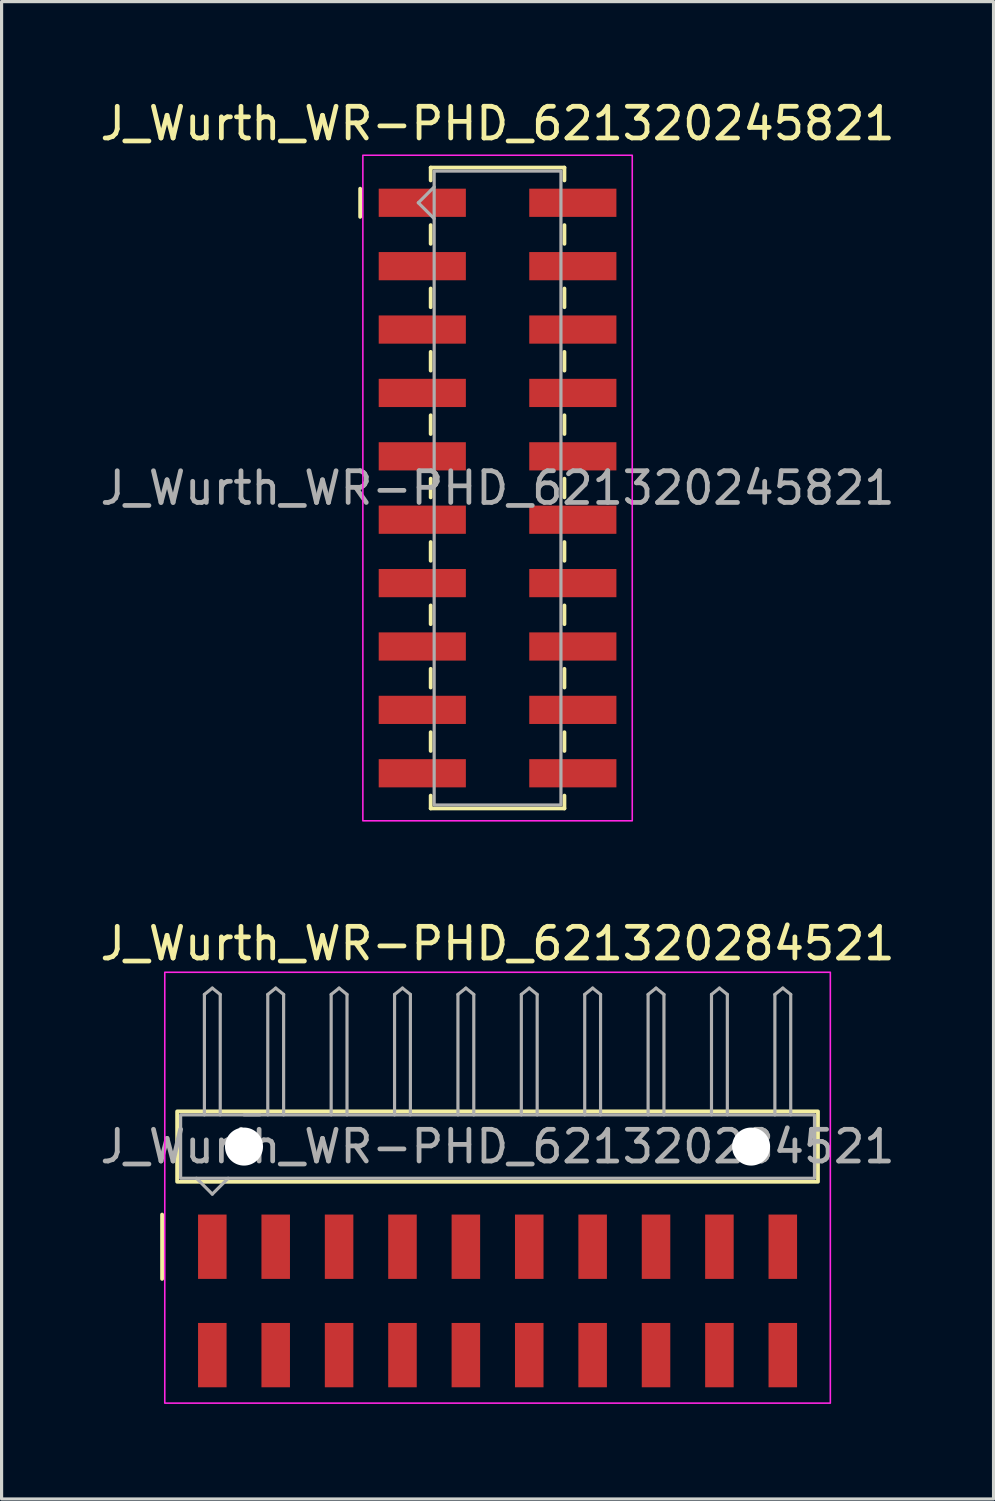
<source format=kicad_pcb>
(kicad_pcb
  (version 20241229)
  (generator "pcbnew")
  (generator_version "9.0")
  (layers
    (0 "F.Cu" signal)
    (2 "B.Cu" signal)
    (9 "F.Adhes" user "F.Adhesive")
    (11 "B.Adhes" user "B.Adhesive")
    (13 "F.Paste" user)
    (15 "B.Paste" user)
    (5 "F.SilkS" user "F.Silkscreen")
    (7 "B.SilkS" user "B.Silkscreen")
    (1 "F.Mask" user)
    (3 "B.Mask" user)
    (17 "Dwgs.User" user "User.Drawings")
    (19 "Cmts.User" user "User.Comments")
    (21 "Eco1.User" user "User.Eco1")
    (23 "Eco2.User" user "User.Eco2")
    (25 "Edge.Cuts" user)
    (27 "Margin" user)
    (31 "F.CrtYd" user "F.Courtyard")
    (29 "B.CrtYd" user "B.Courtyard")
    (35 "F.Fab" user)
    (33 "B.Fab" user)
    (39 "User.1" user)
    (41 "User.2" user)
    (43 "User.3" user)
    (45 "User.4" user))
  (footprint "J_Wurth_WR-PHD_621320284521"
    (layer "F.Cu")
    (at 12.649 33.127)
    (property "Reference" "J_Wurth_WR-PHD_621320284521" (at 0 -6.405 0) (unlocked yes) (layer "F.SilkS") (effects (font (size 1 1) (thickness 0.15))))
    (attr smd)
    (fp_line (start -10.585 4.175) (end -10.585 2.145) (stroke (width 0.12) (type solid)) (layer "F.SilkS"))
    (fp_rect (start -10.11 -1.11) (end 10.11 1.11) (stroke (width 0.12) (type solid)) (fill no) (layer "F.SilkS"))
    (fp_rect (start -10.5 -5.5) (end 10.5 8.095) (stroke (width 0.05) (type solid)) (fill no) (layer "F.CrtYd"))
    (fp_line (start -9.25 -4.8) (end -9.25 -1) (stroke (width 0.1) (type solid)) (layer "F.Fab"))
    (fp_line (start -9 -5) (end -9.25 -4.8) (stroke (width 0.1) (type default)) (layer "F.Fab"))
    (fp_line (start -9 1.5) (end -9.5 1) (stroke (width 0.1) (type default)) (layer "F.Fab"))
    (fp_line (start -9 1.5) (end -8.5 1) (stroke (width 0.1) (type default)) (layer "F.Fab"))
    (fp_line (start -8.75 -4.8) (end -9 -5) (stroke (width 0.1) (type default)) (layer "F.Fab"))
    (fp_line (start -8.75 -1) (end -8.75 -4.8) (stroke (width 0.1) (type solid)) (layer "F.Fab"))
    (fp_line (start -8 -1) (end -7.5 -1) (stroke (width 0.1) (type default)) (layer "F.Fab"))
    (fp_line (start -7.25 -4.8) (end -7 -5) (stroke (width 0.1) (type default)) (layer "F.Fab"))
    (fp_line (start -7.25 -1) (end -7.25 -4.8) (stroke (width 0.1) (type solid)) (layer "F.Fab"))
    (fp_line (start -7 -5) (end -6.75 -4.8) (stroke (width 0.1) (type default)) (layer "F.Fab"))
    (fp_line (start -6.75 -4.8) (end -6.75 -1) (stroke (width 0.1) (type solid)) (layer "F.Fab"))
    (fp_line (start -5.25 -4.8) (end -5 -5) (stroke (width 0.1) (type default)) (layer "F.Fab"))
    (fp_line (start -5.25 -1) (end -5.25 -4.8) (stroke (width 0.1) (type solid)) (layer "F.Fab"))
    (fp_line (start -5 -5) (end -4.75 -4.8) (stroke (width 0.1) (type default)) (layer "F.Fab"))
    (fp_line (start -4.75 -4.8) (end -4.75 -1) (stroke (width 0.1) (type solid)) (layer "F.Fab"))
    (fp_line (start -3.25 -4.8) (end -3 -5) (stroke (width 0.1) (type default)) (layer "F.Fab"))
    (fp_line (start -3.25 -1) (end -3.25 -4.8) (stroke (width 0.1) (type solid)) (layer "F.Fab"))
    (fp_line (start -3 -5) (end -2.75 -4.8) (stroke (width 0.1) (type default)) (layer "F.Fab"))
    (fp_line (start -2.75 -4.8) (end -2.75 -1) (stroke (width 0.1) (type solid)) (layer "F.Fab"))
    (fp_line (start -1.25 -4.8) (end -1 -5) (stroke (width 0.1) (type default)) (layer "F.Fab"))
    (fp_line (start -1.25 -1) (end -1.25 -4.8) (stroke (width 0.1) (type solid)) (layer "F.Fab"))
    (fp_line (start -1 -5) (end -0.75 -4.8) (stroke (width 0.1) (type default)) (layer "F.Fab"))
    (fp_line (start -0.75 -4.8) (end -0.75 -1) (stroke (width 0.1) (type solid)) (layer "F.Fab"))
    (fp_line (start 0.75 -4.8) (end 1 -5) (stroke (width 0.1) (type default)) (layer "F.Fab"))
    (fp_line (start 0.75 -1) (end 0.75 -4.8) (stroke (width 0.1) (type solid)) (layer "F.Fab"))
    (fp_line (start 1 -5) (end 1.25 -4.8) (stroke (width 0.1) (type default)) (layer "F.Fab"))
    (fp_line (start 1.25 -4.8) (end 1.25 -1) (stroke (width 0.1) (type solid)) (layer "F.Fab"))
    (fp_line (start 2.75 -4.8) (end 3 -5) (stroke (width 0.1) (type default)) (layer "F.Fab"))
    (fp_line (start 2.75 -1) (end 2.75 -4.8) (stroke (width 0.1) (type solid)) (layer "F.Fab"))
    (fp_line (start 3 -5) (end 3.25 -4.8) (stroke (width 0.1) (type default)) (layer "F.Fab"))
    (fp_line (start 3.25 -4.8) (end 3.25 -1) (stroke (width 0.1) (type solid)) (layer "F.Fab"))
    (fp_line (start 4.75 -4.8) (end 5 -5) (stroke (width 0.1) (type default)) (layer "F.Fab"))
    (fp_line (start 4.75 -1) (end 4.75 -4.8) (stroke (width 0.1) (type solid)) (layer "F.Fab"))
    (fp_line (start 5 -5) (end 5.25 -4.8) (stroke (width 0.1) (type default)) (layer "F.Fab"))
    (fp_line (start 5.25 -4.8) (end 5.25 -1) (stroke (width 0.1) (type solid)) (layer "F.Fab"))
    (fp_line (start 6.75 -4.8) (end 7 -5) (stroke (width 0.1) (type default)) (layer "F.Fab"))
    (fp_line (start 6.75 -1) (end 6.75 -4.8) (stroke (width 0.1) (type solid)) (layer "F.Fab"))
    (fp_line (start 7 -5) (end 7.25 -4.8) (stroke (width 0.1) (type default)) (layer "F.Fab"))
    (fp_line (start 7.25 -4.8) (end 7.25 -1) (stroke (width 0.1) (type solid)) (layer "F.Fab"))
    (fp_line (start 8.75 -4.8) (end 9 -5) (stroke (width 0.1) (type default)) (layer "F.Fab"))
    (fp_line (start 8.75 -1) (end 8.75 -4.8) (stroke (width 0.1) (type solid)) (layer "F.Fab"))
    (fp_line (start 9 -5) (end 9.25 -4.8) (stroke (width 0.1) (type default)) (layer "F.Fab"))
    (fp_line (start 9.25 -4.8) (end 9.25 -1) (stroke (width 0.1) (type solid)) (layer "F.Fab"))
    (fp_rect (start -10 -1) (end 10 1) (stroke (width 0.1) (type solid)) (fill no) (layer "F.Fab"))
    (fp_text user "${REFERENCE}" (at 0 0 0) (unlocked yes) (layer "F.Fab") (effects (font (size 1 1) (thickness 0.15))))
    (pad "" np_thru_hole circle (at -8 0 180) (size 1.2 1.2) (drill 1.2) (layers "*.Cu" "*.Mask"))
    (pad "" np_thru_hole circle (at 8 0 180) (size 1.2 1.2) (drill 1.2) (layers "*.Cu" "*.Mask"))
    (pad "1" smd rect (at -9 3.16 180) (size 0.9 2.03) (layers "F.Cu" "F.Mask" "F.Paste"))
    (pad "2" smd rect (at -9 6.58 180) (size 0.9 2.03) (layers "F.Cu" "F.Mask" "F.Paste"))
    (pad "3" smd rect (at -7 3.16 180) (size 0.9 2.03) (layers "F.Cu" "F.Mask" "F.Paste"))
    (pad "4" smd rect (at -7 6.58 180) (size 0.9 2.03) (layers "F.Cu" "F.Mask" "F.Paste"))
    (pad "5" smd rect (at -5 3.16 180) (size 0.9 2.03) (layers "F.Cu" "F.Mask" "F.Paste"))
    (pad "6" smd rect (at -5 6.58 180) (size 0.9 2.03) (layers "F.Cu" "F.Mask" "F.Paste"))
    (pad "7" smd rect (at -3 3.16 180) (size 0.9 2.03) (layers "F.Cu" "F.Mask" "F.Paste"))
    (pad "8" smd rect (at -3 6.58 180) (size 0.9 2.03) (layers "F.Cu" "F.Mask" "F.Paste"))
    (pad "9" smd rect (at -1 3.16 180) (size 0.9 2.03) (layers "F.Cu" "F.Mask" "F.Paste"))
    (pad "10" smd rect (at -1 6.58 180) (size 0.9 2.03) (layers "F.Cu" "F.Mask" "F.Paste"))
    (pad "11" smd rect (at 1 3.16 180) (size 0.9 2.03) (layers "F.Cu" "F.Mask" "F.Paste"))
    (pad "12" smd rect (at 1 6.58 180) (size 0.9 2.03) (layers "F.Cu" "F.Mask" "F.Paste"))
    (pad "13" smd rect (at 3 3.16 180) (size 0.9 2.03) (layers "F.Cu" "F.Mask" "F.Paste"))
    (pad "14" smd rect (at 3 6.58 180) (size 0.9 2.03) (layers "F.Cu" "F.Mask" "F.Paste"))
    (pad "15" smd rect (at 5 3.16 180) (size 0.9 2.03) (layers "F.Cu" "F.Mask" "F.Paste"))
    (pad "16" smd rect (at 5 6.58 180) (size 0.9 2.03) (layers "F.Cu" "F.Mask" "F.Paste"))
    (pad "17" smd rect (at 7 3.16 180) (size 0.9 2.03) (layers "F.Cu" "F.Mask" "F.Paste"))
    (pad "18" smd rect (at 7 6.58 180) (size 0.9 2.03) (layers "F.Cu" "F.Mask" "F.Paste"))
    (pad "19" smd rect (at 9 3.16 180) (size 0.9 2.03) (layers "F.Cu" "F.Mask" "F.Paste"))
    (pad "20" smd rect (at 9 6.58 180) (size 0.9 2.03) (layers "F.Cu" "F.Mask" "F.Paste")))
  (footprint "J_Wurth_WR-PHD_621320245821"
    (layer "F.Cu")
    (at 12.649 12.348)
    (property "Reference" "J_Wurth_WR-PHD_621320245821" (at 0 -11.5 0) (unlocked yes) (layer "F.SilkS") (effects (font (size 1 1) (thickness 0.15))))
    (attr smd)
    (fp_line (start -4.335 -9.445) (end -4.335 -8.555) (stroke (width 0.12) (type solid)) (layer "F.SilkS"))
    (fp_line (start -2.11 -10.11) (end -2.11 -9.705) (stroke (width 0.12) (type solid)) (layer "F.SilkS"))
    (fp_line (start -2.11 -8.295) (end -2.11 -7.705) (stroke (width 0.12) (type solid)) (layer "F.SilkS"))
    (fp_line (start -2.11 -6.295) (end -2.11 -5.705) (stroke (width 0.12) (type solid)) (layer "F.SilkS"))
    (fp_line (start -2.11 -4.295) (end -2.11 -3.705) (stroke (width 0.12) (type solid)) (layer "F.SilkS"))
    (fp_line (start -2.11 -2.295) (end -2.11 -1.705) (stroke (width 0.12) (type solid)) (layer "F.SilkS"))
    (fp_line (start -2.11 -0.295) (end -2.11 0.295) (stroke (width 0.12) (type solid)) (layer "F.SilkS"))
    (fp_line (start -2.11 1.705) (end -2.11 2.295) (stroke (width 0.12) (type solid)) (layer "F.SilkS"))
    (fp_line (start -2.11 3.705) (end -2.11 4.295) (stroke (width 0.12) (type solid)) (layer "F.SilkS"))
    (fp_line (start -2.11 5.705) (end -2.11 6.295) (stroke (width 0.12) (type solid)) (layer "F.SilkS"))
    (fp_line (start -2.11 7.705) (end -2.11 8.295) (stroke (width 0.12) (type solid)) (layer "F.SilkS"))
    (fp_line (start -2.11 9.705) (end -2.11 10.11) (stroke (width 0.12) (type solid)) (layer "F.SilkS"))
    (fp_line (start 2.11 -10.11) (end -2.11 -10.11) (stroke (width 0.12) (type solid)) (layer "F.SilkS"))
    (fp_line (start 2.11 -10.11) (end 2.11 -9.705) (stroke (width 0.12) (type solid)) (layer "F.SilkS"))
    (fp_line (start 2.11 -8.295) (end 2.11 -7.705) (stroke (width 0.12) (type solid)) (layer "F.SilkS"))
    (fp_line (start 2.11 -6.295) (end 2.11 -5.705) (stroke (width 0.12) (type solid)) (layer "F.SilkS"))
    (fp_line (start 2.11 -4.295) (end 2.11 -3.705) (stroke (width 0.12) (type solid)) (layer "F.SilkS"))
    (fp_line (start 2.11 -2.295) (end 2.11 -1.705) (stroke (width 0.12) (type solid)) (layer "F.SilkS"))
    (fp_line (start 2.11 -0.295) (end 2.11 0.295) (stroke (width 0.12) (type solid)) (layer "F.SilkS"))
    (fp_line (start 2.11 1.705) (end 2.11 2.295) (stroke (width 0.12) (type solid)) (layer "F.SilkS"))
    (fp_line (start 2.11 3.705) (end 2.11 4.295) (stroke (width 0.12) (type solid)) (layer "F.SilkS"))
    (fp_line (start 2.11 5.705) (end 2.11 6.295) (stroke (width 0.12) (type solid)) (layer "F.SilkS"))
    (fp_line (start 2.11 7.705) (end 2.11 8.295) (stroke (width 0.12) (type solid)) (layer "F.SilkS"))
    (fp_line (start 2.11 9.705) (end 2.11 10.11) (stroke (width 0.12) (type solid)) (layer "F.SilkS"))
    (fp_line (start 2.11 10.11) (end -2.11 10.11) (stroke (width 0.12) (type solid)) (layer "F.SilkS"))
    (fp_rect (start -4.25 -10.5) (end 4.25 10.5) (stroke (width 0.05) (type solid)) (fill no) (layer "F.CrtYd"))
    (fp_line (start -2.5 -9) (end -2 -8.5) (stroke (width 0.1) (type default)) (layer "F.Fab"))
    (fp_line (start -2 -9.5) (end -2.5 -9) (stroke (width 0.1) (type default)) (layer "F.Fab"))
    (fp_rect (start -2 -10) (end 2 10) (stroke (width 0.1) (type solid)) (fill no) (layer "F.Fab"))
    (fp_text user "${REFERENCE}" (at 0 0 0) (unlocked yes) (layer "F.Fab") (effects (font (size 1 1) (thickness 0.15))))
    (pad "1" smd rect (at -2.375 -9 270) (size 0.89 2.75) (layers "F.Cu" "F.Mask" "F.Paste"))
    (pad "2" smd rect (at 2.375 -9 270) (size 0.89 2.75) (layers "F.Cu" "F.Mask" "F.Paste"))
    (pad "3" smd rect (at -2.375 -7 270) (size 0.89 2.75) (layers "F.Cu" "F.Mask" "F.Paste"))
    (pad "4" smd rect (at 2.375 -7 270) (size 0.89 2.75) (layers "F.Cu" "F.Mask" "F.Paste"))
    (pad "5" smd rect (at -2.375 -5 270) (size 0.89 2.75) (layers "F.Cu" "F.Mask" "F.Paste"))
    (pad "6" smd rect (at 2.375 -5 270) (size 0.89 2.75) (layers "F.Cu" "F.Mask" "F.Paste"))
    (pad "7" smd rect (at -2.375 -3 270) (size 0.89 2.75) (layers "F.Cu" "F.Mask" "F.Paste"))
    (pad "8" smd rect (at 2.375 -3 270) (size 0.89 2.75) (layers "F.Cu" "F.Mask" "F.Paste"))
    (pad "9" smd rect (at -2.375 -1 270) (size 0.89 2.75) (layers "F.Cu" "F.Mask" "F.Paste"))
    (pad "10" smd rect (at 2.375 -1 270) (size 0.89 2.75) (layers "F.Cu" "F.Mask" "F.Paste"))
    (pad "11" smd rect (at -2.375 1 270) (size 0.89 2.75) (layers "F.Cu" "F.Mask" "F.Paste"))
    (pad "12" smd rect (at 2.375 1 270) (size 0.89 2.75) (layers "F.Cu" "F.Mask" "F.Paste"))
    (pad "13" smd rect (at -2.375 3 270) (size 0.89 2.75) (layers "F.Cu" "F.Mask" "F.Paste"))
    (pad "14" smd rect (at 2.375 3 270) (size 0.89 2.75) (layers "F.Cu" "F.Mask" "F.Paste"))
    (pad "15" smd rect (at -2.375 5 270) (size 0.89 2.75) (layers "F.Cu" "F.Mask" "F.Paste"))
    (pad "16" smd rect (at 2.375 5 270) (size 0.89 2.75) (layers "F.Cu" "F.Mask" "F.Paste"))
    (pad "17" smd rect (at -2.375 7 270) (size 0.89 2.75) (layers "F.Cu" "F.Mask" "F.Paste"))
    (pad "18" smd rect (at 2.375 7 270) (size 0.89 2.75) (layers "F.Cu" "F.Mask" "F.Paste"))
    (pad "19" smd rect (at -2.375 9 270) (size 0.89 2.75) (layers "F.Cu" "F.Mask" "F.Paste"))
    (pad "20" smd rect (at 2.375 9 270) (size 0.89 2.75) (layers "F.Cu" "F.Mask" "F.Paste")))
  (gr_rect
    (start -3 -3)
    (end 28.298 44.246)
    (stroke (width 0.1) (type default))
    (fill no)
    (layer "Edge.Cuts")))
</source>
